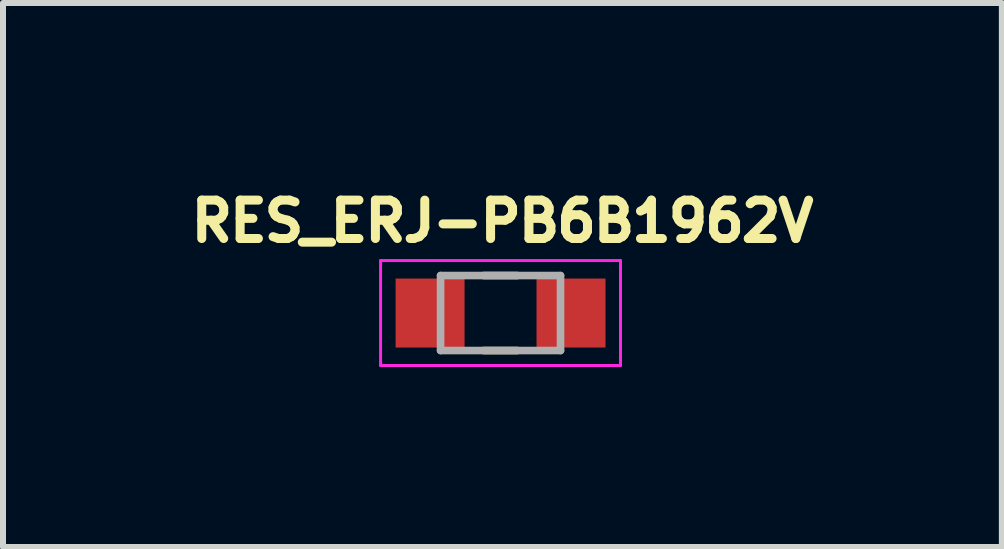
<source format=kicad_pcb>
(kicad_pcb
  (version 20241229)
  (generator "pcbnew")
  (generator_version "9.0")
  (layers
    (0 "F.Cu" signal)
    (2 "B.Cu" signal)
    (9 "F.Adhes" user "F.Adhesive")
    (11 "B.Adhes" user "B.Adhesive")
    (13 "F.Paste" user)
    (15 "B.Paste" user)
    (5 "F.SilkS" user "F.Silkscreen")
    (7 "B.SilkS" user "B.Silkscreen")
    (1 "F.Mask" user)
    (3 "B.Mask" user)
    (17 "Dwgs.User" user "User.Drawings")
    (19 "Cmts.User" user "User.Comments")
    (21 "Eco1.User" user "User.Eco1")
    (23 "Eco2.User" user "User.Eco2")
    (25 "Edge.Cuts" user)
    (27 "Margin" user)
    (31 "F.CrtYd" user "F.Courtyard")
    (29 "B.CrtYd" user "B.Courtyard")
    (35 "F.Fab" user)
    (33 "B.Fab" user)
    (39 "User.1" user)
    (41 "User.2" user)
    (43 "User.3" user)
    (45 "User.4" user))
  (footprint "RES_ERJ-PB6B1962V"
    (layer "F.Cu")
    (at 5.295 2.169)
    (property "Reference" "RES_ERJ-PB6B1962V" (at 0.032 -1.531 0) (layer "F.SilkS") (effects (font (size 0.64 0.64) (thickness 0.15))))
    (attr smd)
    (fp_line (start -0.28 -0.625) (end 0.28 -0.625) (stroke (width 0.127) (type solid)) (layer "F.SilkS"))
    (fp_line (start -0.28 0.625) (end 0.28 0.625) (stroke (width 0.127) (type solid)) (layer "F.SilkS"))
    (fp_line (start -2 -0.875) (end -2 0.875) (stroke (width 0.05) (type solid)) (layer "F.CrtYd"))
    (fp_line (start -2 0.875) (end 2 0.875) (stroke (width 0.05) (type solid)) (layer "F.CrtYd"))
    (fp_line (start 2 -0.875) (end -2 -0.875) (stroke (width 0.05) (type solid)) (layer "F.CrtYd"))
    (fp_line (start 2 0.875) (end 2 -0.875) (stroke (width 0.05) (type solid)) (layer "F.CrtYd"))
    (fp_line (start -1 -0.625) (end -1 0.625) (stroke (width 0.127) (type solid)) (layer "F.Fab"))
    (fp_line (start -1 -0.625) (end 1 -0.625) (stroke (width 0.127) (type solid)) (layer "F.Fab"))
    (fp_line (start -1 0.625) (end 1 0.625) (stroke (width 0.127) (type solid)) (layer "F.Fab"))
    (fp_line (start 1 -0.625) (end 1 0.625) (stroke (width 0.127) (type solid)) (layer "F.Fab"))
    (pad "1" smd rect (at -1.175 0) (size 1.15 1.15) (layers "F.Cu" "F.Mask" "F.Paste"))
    (pad "2" smd rect (at 1.175 0) (size 1.15 1.15) (layers "F.Cu" "F.Mask" "F.Paste")))
  (gr_rect
    (start -3 -3)
    (end 13.653 6.069)
    (stroke (width 0.1) (type default))
    (fill no)
    (layer "Edge.Cuts")))
</source>
